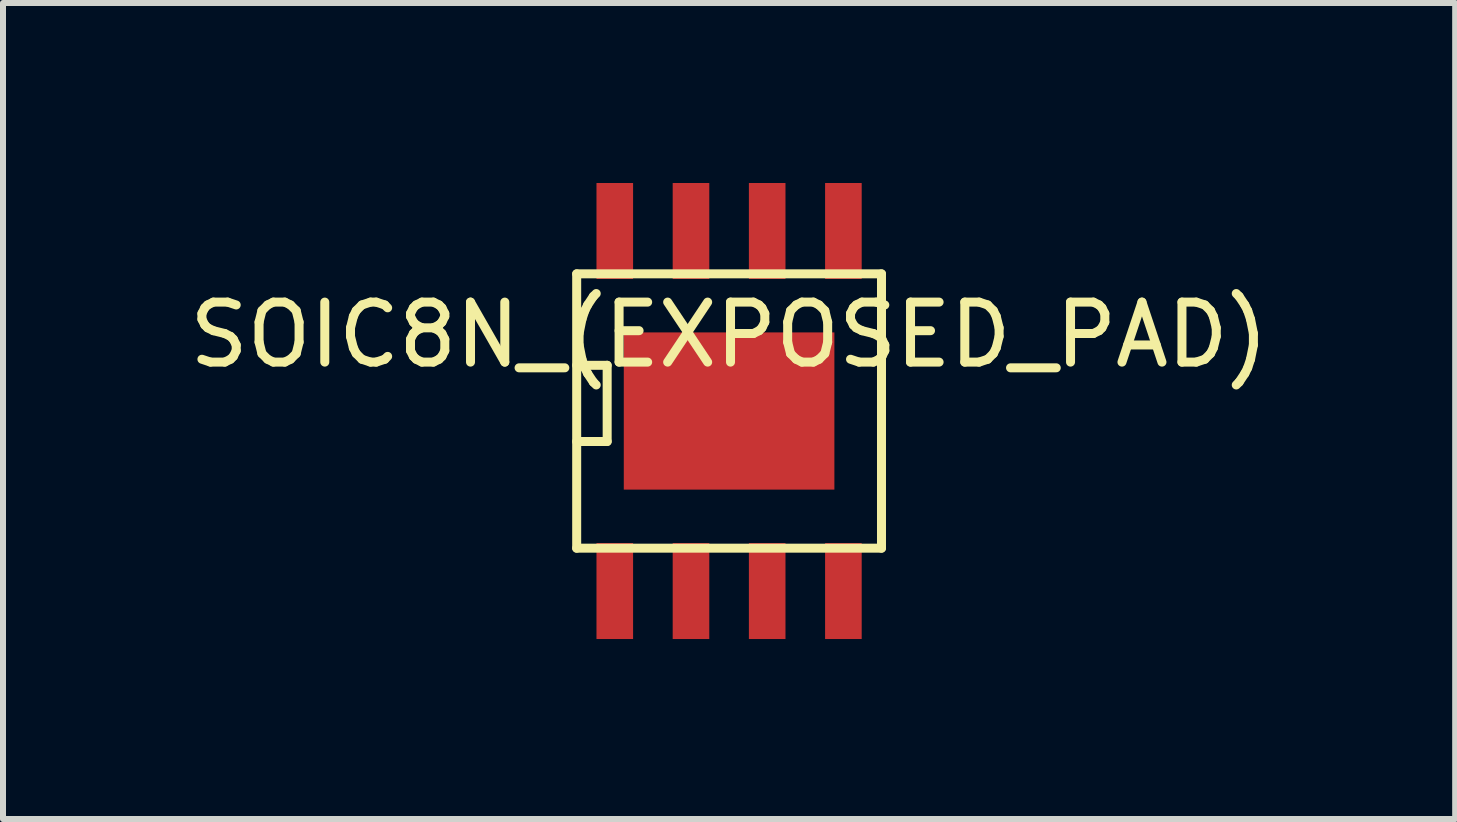
<source format=kicad_pcb>
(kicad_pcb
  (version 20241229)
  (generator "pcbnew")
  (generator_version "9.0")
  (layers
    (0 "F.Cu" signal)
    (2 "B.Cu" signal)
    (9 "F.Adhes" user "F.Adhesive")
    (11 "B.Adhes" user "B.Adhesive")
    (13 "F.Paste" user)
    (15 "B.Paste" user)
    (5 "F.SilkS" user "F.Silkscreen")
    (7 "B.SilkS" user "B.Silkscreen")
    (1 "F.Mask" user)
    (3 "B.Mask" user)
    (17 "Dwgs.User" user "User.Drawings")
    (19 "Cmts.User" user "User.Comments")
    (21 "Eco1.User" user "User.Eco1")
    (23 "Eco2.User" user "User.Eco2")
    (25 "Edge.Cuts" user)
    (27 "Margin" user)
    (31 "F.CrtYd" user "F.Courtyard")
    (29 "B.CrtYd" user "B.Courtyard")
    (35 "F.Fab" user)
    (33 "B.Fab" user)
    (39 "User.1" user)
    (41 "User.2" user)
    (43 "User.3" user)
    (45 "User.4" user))
  (footprint "SOIC8N_(EXPOSED_PAD)"
    (layer "F.Cu")
    (at 9.101 3.8)
    (property "Reference" "SOIC8N_(EXPOSED_PAD)" (at 0 -1.27 0) (layer "F.SilkS") (effects (font (size 1 1) (thickness 0.15))))
    (attr smd)
    (fp_line (start -2.54 -2.286) (end 2.54 -2.286) (stroke (width 0.15) (type solid)) (layer "F.SilkS"))
    (fp_line (start -2.54 -0.762) (end -2.032 -0.762) (stroke (width 0.15) (type solid)) (layer "F.SilkS"))
    (fp_line (start -2.54 2.286) (end -2.54 -2.286) (stroke (width 0.15) (type solid)) (layer "F.SilkS"))
    (fp_line (start -2.032 -0.762) (end -2.032 0.508) (stroke (width 0.15) (type solid)) (layer "F.SilkS"))
    (fp_line (start -2.032 0.508) (end -2.54 0.508) (stroke (width 0.15) (type solid)) (layer "F.SilkS"))
    (fp_line (start 2.54 -2.286) (end 2.54 2.286) (stroke (width 0.15) (type solid)) (layer "F.SilkS"))
    (fp_line (start 2.54 2.286) (end -2.54 2.286) (stroke (width 0.15) (type solid)) (layer "F.SilkS"))
    (pad "1" smd rect (at -1.905 3) (size 0.61 1.6) (layers "F.Cu" "F.Mask" "F.Paste"))
    (pad "2" smd rect (at -0.635 3) (size 0.61 1.6) (layers "F.Cu" "F.Mask" "F.Paste"))
    (pad "3" smd rect (at 0.635 3) (size 0.61 1.6) (layers "F.Cu" "F.Mask" "F.Paste"))
    (pad "4" smd rect (at 1.905 3) (size 0.61 1.6) (layers "F.Cu" "F.Mask" "F.Paste"))
    (pad "5" smd rect (at 1.905 -3) (size 0.61 1.6) (layers "F.Cu" "F.Mask" "F.Paste"))
    (pad "6" smd rect (at 0.635 -3) (size 0.61 1.6) (layers "F.Cu" "F.Mask" "F.Paste"))
    (pad "7" smd rect (at -0.635 -3) (size 0.61 1.6) (layers "F.Cu" "F.Mask" "F.Paste"))
    (pad "8" smd rect (at -1.905 -3) (size 0.61 1.6) (layers "F.Cu" "F.Mask" "F.Paste"))
    (pad "9" smd rect (at 0 0) (size 3.51 2.62) (layers "F.Cu" "F.Mask" "F.Paste")))
  (gr_rect
    (start -3 -3)
    (end 21.202 10.6)
    (stroke (width 0.1) (type default))
    (fill no)
    (layer "Edge.Cuts")))
</source>
